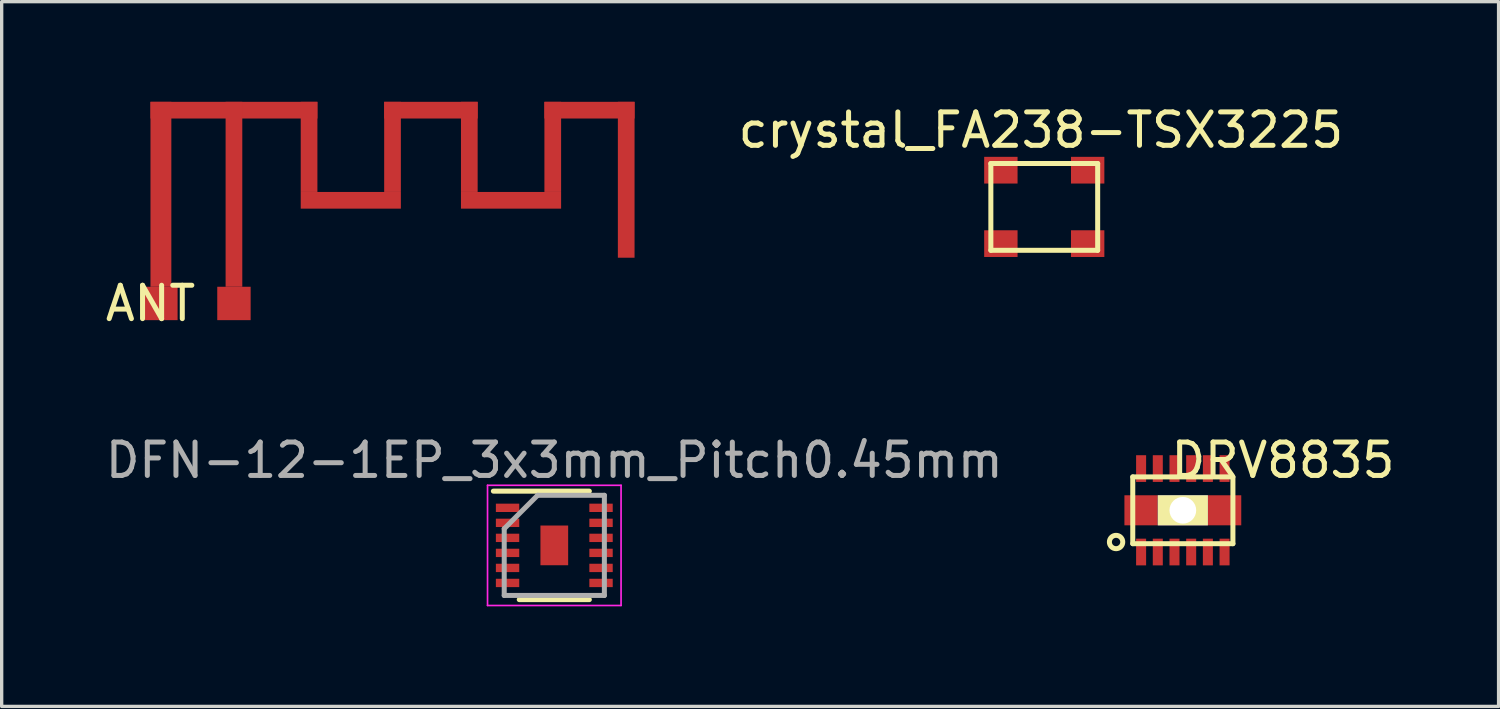
<source format=kicad_pcb>
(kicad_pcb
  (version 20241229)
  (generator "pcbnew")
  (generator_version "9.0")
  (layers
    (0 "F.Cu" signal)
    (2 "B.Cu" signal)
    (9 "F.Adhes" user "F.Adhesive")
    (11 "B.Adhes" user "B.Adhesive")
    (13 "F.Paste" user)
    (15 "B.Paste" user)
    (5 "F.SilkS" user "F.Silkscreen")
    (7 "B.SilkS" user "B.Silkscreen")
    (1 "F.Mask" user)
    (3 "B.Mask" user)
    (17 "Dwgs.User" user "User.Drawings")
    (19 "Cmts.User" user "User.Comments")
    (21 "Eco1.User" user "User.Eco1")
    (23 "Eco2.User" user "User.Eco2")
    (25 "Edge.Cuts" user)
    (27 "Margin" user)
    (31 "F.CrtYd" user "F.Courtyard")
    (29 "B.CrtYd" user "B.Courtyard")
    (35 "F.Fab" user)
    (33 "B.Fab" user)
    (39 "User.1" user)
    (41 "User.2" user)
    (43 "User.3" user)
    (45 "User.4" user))
  (footprint "DFN-12-1EP_3x3mm_Pitch0.45mm"
    (layer "F.Cu")
    (at 13.554 13.287)
    (property "Reference" "DFN-12-1EP_3x3mm_Pitch0.45mm" (at 0 -2.55 0) (layer "F.Fab") (effects (font (size 1 1) (thickness 0.15))))
    (attr smd)
    (fp_line (start -1.825 -1.625) (end 1.05 -1.625) (stroke (width 0.15) (type solid)) (layer "F.SilkS"))
    (fp_line (start -1.05 1.625) (end 1.05 1.625) (stroke (width 0.15) (type solid)) (layer "F.SilkS"))
    (fp_line (start -2 -1.8) (end -2 1.8) (stroke (width 0.05) (type solid)) (layer "F.CrtYd"))
    (fp_line (start -2 -1.8) (end 2 -1.8) (stroke (width 0.05) (type solid)) (layer "F.CrtYd"))
    (fp_line (start -2 1.8) (end 2 1.8) (stroke (width 0.05) (type solid)) (layer "F.CrtYd"))
    (fp_line (start 2 -1.8) (end 2 1.8) (stroke (width 0.05) (type solid)) (layer "F.CrtYd"))
    (fp_line (start -1.5 -0.5) (end -0.5 -1.5) (stroke (width 0.15) (type solid)) (layer "F.Fab"))
    (fp_line (start -1.5 1.5) (end -1.5 -0.5) (stroke (width 0.15) (type solid)) (layer "F.Fab"))
    (fp_line (start -0.5 -1.5) (end 1.5 -1.5) (stroke (width 0.15) (type solid)) (layer "F.Fab"))
    (fp_line (start 1.5 -1.5) (end 1.5 1.5) (stroke (width 0.15) (type solid)) (layer "F.Fab"))
    (fp_line (start 1.5 1.5) (end -1.5 1.5) (stroke (width 0.15) (type solid)) (layer "F.Fab"))
    (pad "1" smd rect (at -1.4 -1.125) (size 0.7 0.25) (layers "F.Cu" "F.Mask" "F.Paste"))
    (pad "2" smd rect (at -1.4 -0.675) (size 0.7 0.25) (layers "F.Cu" "F.Mask" "F.Paste"))
    (pad "3" smd rect (at -1.4 -0.225) (size 0.7 0.25) (layers "F.Cu" "F.Mask" "F.Paste"))
    (pad "4" smd rect (at -1.4 0.225) (size 0.7 0.25) (layers "F.Cu" "F.Mask" "F.Paste"))
    (pad "5" smd rect (at -1.4 0.675) (size 0.7 0.25) (layers "F.Cu" "F.Mask" "F.Paste"))
    (pad "6" smd rect (at -1.4 1.125) (size 0.7 0.25) (layers "F.Cu" "F.Mask" "F.Paste"))
    (pad "7" smd rect (at 1.4 1.125) (size 0.7 0.25) (layers "F.Cu" "F.Mask" "F.Paste"))
    (pad "8" smd rect (at 1.4 0.675) (size 0.7 0.25) (layers "F.Cu" "F.Mask" "F.Paste"))
    (pad "9" smd rect (at 1.4 0.225) (size 0.7 0.25) (layers "F.Cu" "F.Mask" "F.Paste"))
    (pad "10" smd rect (at 1.4 -0.225) (size 0.7 0.25) (layers "F.Cu" "F.Mask" "F.Paste"))
    (pad "11" smd rect (at 1.4 -0.675) (size 0.7 0.25) (layers "F.Cu" "F.Mask" "F.Paste"))
    (pad "12" smd rect (at 1.4 -1.125) (size 0.7 0.25) (layers "F.Cu" "F.Mask" "F.Paste"))
    (pad "13" smd rect (at 0 0) (size 0.83 1.19) (layers "F.Cu" "F.Mask" "F.Paste")))
  (footprint "ANT"
    (layer "F.Cu")
    (at 1.458 5.54)
    (property "Reference" "ANT" (at 0 0.5 0) (layer "F.SilkS") (effects (font (size 1 1) (thickness 0.15))))
    (attr through_hole)
    (pad "" smd rect (at 0.312 -2.77) (size 0.625 5.54) (layers "F.Cu" "F.Paste"))
    (pad "" smd rect (at 2.5 -5.29) (size 5 0.5) (layers "F.Cu" "F.Paste"))
    (pad "" smd rect (at 2.5 -2.77) (size 0.5 5.54) (layers "F.Cu" "F.Paste"))
    (pad "" smd rect (at 4.75 -4.19) (size 0.5 2.7) (layers "F.Cu" "F.Paste"))
    (pad "" smd rect (at 6 -2.59) (size 3 0.5) (layers "F.Cu" "F.Paste"))
    (pad "" smd rect (at 7.25 -4.19) (size 0.5 2.7) (layers "F.Cu" "F.Paste"))
    (pad "" smd rect (at 8.4 -5.29) (size 2.8 0.5) (layers "F.Cu" "F.Paste"))
    (pad "" smd rect (at 9.55 -4.19) (size 0.5 2.7) (layers "F.Cu" "F.Paste"))
    (pad "" smd rect (at 10.8 -2.59) (size 3 0.5) (layers "F.Cu" "F.Paste"))
    (pad "" smd rect (at 12.05 -4.19) (size 0.5 2.7) (layers "F.Cu" "F.Paste"))
    (pad "" smd rect (at 13.15 -5.29) (size 2.7 0.5) (layers "F.Cu" "F.Paste"))
    (pad "" smd rect (at 14.25 -3.205) (size 0.5 4.67) (layers "F.Cu" "F.Paste"))
    (pad "1" smd rect (at 2.5 0.5) (size 1 1) (layers "F.Cu" "F.Mask" "F.Paste"))
    (pad "2" smd rect (at 0.312 0.5) (size 1 1) (layers "F.Cu" "F.Mask" "F.Paste")))
  (footprint "crystal_FA238-TSX3225"
    (layer "F.Cu")
    (at 28.231 3.148)
    (property "Reference" "crystal_FA238-TSX3225" (at -0.1 -2.3 0) (layer "F.SilkS") (effects (font (size 1 1) (thickness 0.15))))
    (attr through_hole)
    (fp_line (start -1.6 -1.3) (end 1.6 -1.3) (stroke (width 0.15) (type solid)) (layer "F.SilkS"))
    (fp_line (start -1.6 1.3) (end -1.6 -1.3) (stroke (width 0.15) (type solid)) (layer "F.SilkS"))
    (fp_line (start 1.6 -1.3) (end 1.6 1.3) (stroke (width 0.15) (type solid)) (layer "F.SilkS"))
    (fp_line (start 1.6 1.3) (end -1.6 1.3) (stroke (width 0.15) (type solid)) (layer "F.SilkS"))
    (pad "1" smd rect (at -1.3 1.1) (size 1 0.8) (layers "F.Cu" "F.Mask" "F.Paste"))
    (pad "2" smd rect (at 1.3 -1.1) (size 1 0.8) (layers "F.Cu" "F.Mask" "F.Paste"))
    (pad "3" smd rect (at -1.3 -1.1) (size 1 0.8) (layers "F.Cu" "F.Mask" "F.Paste"))
    (pad "3" smd rect (at 1.3 1.1) (size 1 0.8) (layers "F.Cu" "F.Mask" "F.Paste")))
  (footprint "DRV8835"
    (placed yes)
    (layer "F.Cu")
    (at 32.382 12.236)
    (property "Reference" "DRV8835" (at 3 -1.5 180) (layer "F.SilkS") (effects (font (size 1 1) (thickness 0.15))))
    (attr through_hole)
    (fp_line (start -1.5 -1) (end -1.5 1) (stroke (width 0.15) (type solid)) (layer "F.SilkS"))
    (fp_line (start -1.5 1) (end 1.5 1) (stroke (width 0.15) (type solid)) (layer "F.SilkS"))
    (fp_line (start 1.5 -1) (end -1.5 -1) (stroke (width 0.15) (type solid)) (layer "F.SilkS"))
    (fp_line (start 1.5 1) (end 1.5 -1) (stroke (width 0.15) (type solid)) (layer "F.SilkS"))
    (fp_circle (center -2 0.95) (end -2 0.75) (stroke (width 0.15) (type solid)) (fill no) (layer "F.SilkS"))
    (pad "1" smd rect (at -1.25 1.25) (size 0.3 0.8) (layers "F.Cu" "F.Mask" "F.Paste"))
    (pad "2" smd rect (at -0.75 1.25) (size 0.3 0.8) (layers "F.Cu" "F.Mask" "F.Paste"))
    (pad "3" smd rect (at -0.25 1.25) (size 0.3 0.8) (layers "F.Cu" "F.Mask" "F.Paste"))
    (pad "4" smd rect (at 0.25 1.25) (size 0.3 0.8) (layers "F.Cu" "F.Mask" "F.Paste"))
    (pad "5" smd rect (at 0.75 1.25) (size 0.3 0.8) (layers "F.Cu" "F.Mask" "F.Paste"))
    (pad "6" smd rect (at 1.25 1.25) (size 0.3 0.8) (layers "F.Cu" "F.Mask" "F.Paste"))
    (pad "7" smd rect (at 1.25 -1.25) (size 0.3 0.8) (layers "F.Cu" "F.Mask" "F.Paste"))
    (pad "8" smd rect (at 0.75 -1.25) (size 0.3 0.8) (layers "F.Cu" "F.Mask" "F.Paste"))
    (pad "9" smd rect (at 0.25 -1.25) (size 0.3 0.8) (layers "F.Cu" "F.Mask" "F.Paste"))
    (pad "10" smd rect (at -0.25 -1.25) (size 0.3 0.8) (layers "F.Cu" "F.Mask" "F.Paste"))
    (pad "11" smd rect (at -0.75 -1.25) (size 0.3 0.8) (layers "F.Cu" "F.Mask" "F.Paste"))
    (pad "12" smd rect (at -1.25 -1.25) (size 0.3 0.8) (layers "F.Cu" "F.Mask" "F.Paste"))
    (pad "13" smd rect (at -1.25 0) (size 1 0.9) (layers "F.Cu" "F.Mask" "F.Paste"))
    (pad "13" thru_hole rect (at 0 0) (size 1.5 0.9) (drill 0.8) (layers "*.Cu" "*.Mask" "F.SilkS"))
    (pad "13" smd rect (at 1.25 0) (size 1 0.9) (layers "F.Cu" "F.Mask" "F.Paste")))
  (gr_rect
    (start -3 -3)
    (end 41.84 18.111)
    (stroke (width 0.1) (type default))
    (fill no)
    (layer "Edge.Cuts")))
</source>
